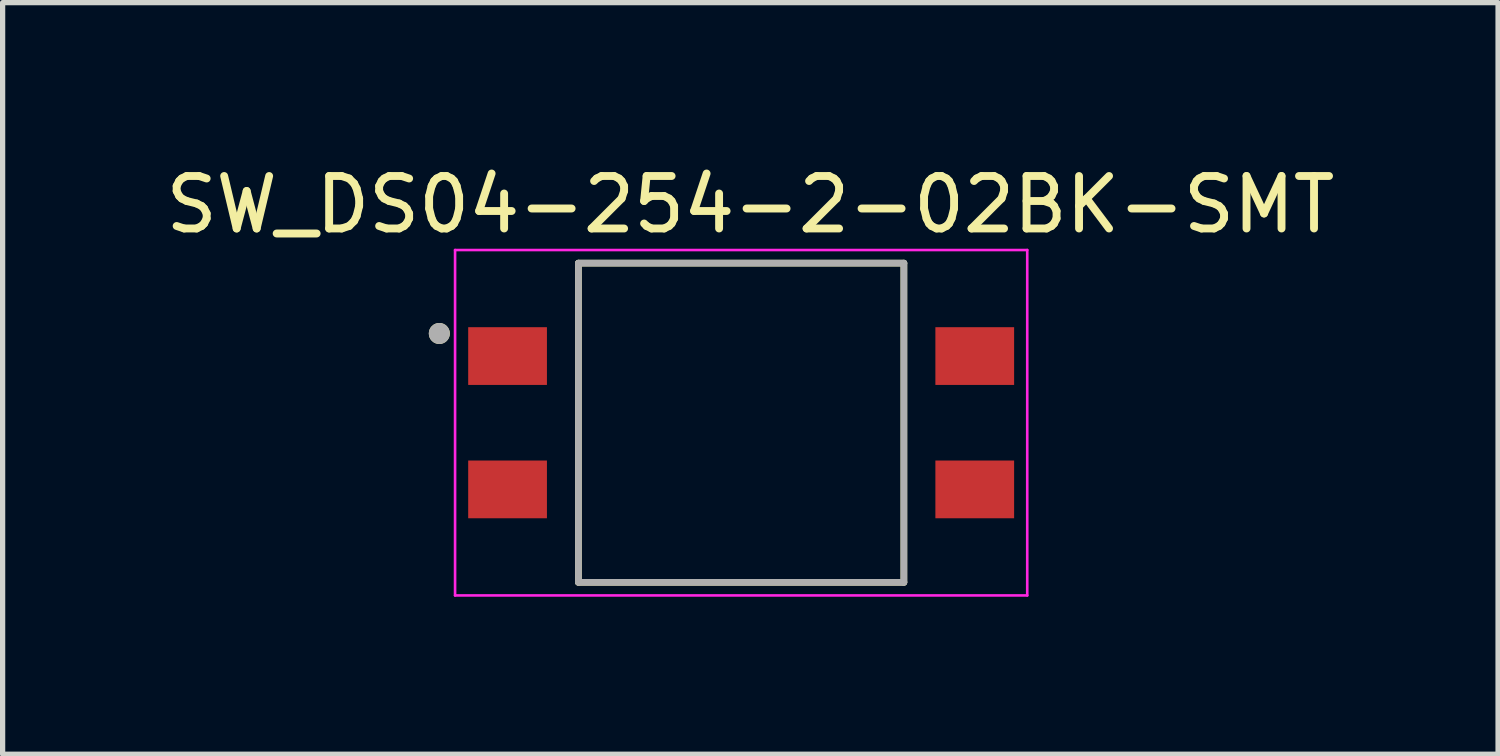
<source format=kicad_pcb>
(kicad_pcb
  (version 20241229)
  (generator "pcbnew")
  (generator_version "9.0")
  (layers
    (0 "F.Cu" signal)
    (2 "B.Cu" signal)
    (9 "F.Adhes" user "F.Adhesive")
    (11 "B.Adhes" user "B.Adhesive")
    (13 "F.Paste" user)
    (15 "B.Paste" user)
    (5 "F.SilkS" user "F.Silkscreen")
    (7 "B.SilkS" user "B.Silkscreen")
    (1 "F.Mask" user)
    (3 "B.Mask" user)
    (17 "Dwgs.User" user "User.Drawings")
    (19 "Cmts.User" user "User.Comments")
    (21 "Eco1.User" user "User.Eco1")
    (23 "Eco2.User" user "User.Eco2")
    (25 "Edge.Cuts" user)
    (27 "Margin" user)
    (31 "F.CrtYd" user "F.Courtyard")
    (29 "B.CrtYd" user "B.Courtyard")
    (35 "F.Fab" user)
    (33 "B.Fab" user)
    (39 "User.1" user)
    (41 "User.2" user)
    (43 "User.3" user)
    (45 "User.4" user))
  (footprint "SW_DS04-254-2-02BK-SMT"
    (layer "F.Cu")
    (at 11.069 5.003)
    (property "Reference" "SW_DS04-254-2-02BK-SMT" (at 0.175 -4.155 0) (layer "F.SilkS") (effects (font (size 1 1) (thickness 0.15))))
    (attr smd)
    (fp_line (start -3.1 -3.04) (end 3.1 -3.04) (stroke (width 0.127) (type solid)) (layer "F.SilkS"))
    (fp_line (start -3.1 3.04) (end -3.1 -3.04) (stroke (width 0.127) (type solid)) (layer "F.SilkS"))
    (fp_line (start 3.1 -3.04) (end 3.1 3.04) (stroke (width 0.127) (type solid)) (layer "F.SilkS"))
    (fp_line (start 3.1 3.04) (end -3.1 3.04) (stroke (width 0.127) (type solid)) (layer "F.SilkS"))
    (fp_circle (center -5.75 -1.7) (end -5.65 -1.7) (stroke (width 0.2) (type solid)) (fill no) (layer "F.SilkS"))
    (fp_line (start -5.45 -3.29) (end -5.45 3.29) (stroke (width 0.05) (type solid)) (layer "F.CrtYd"))
    (fp_line (start -5.45 3.29) (end 5.45 3.29) (stroke (width 0.05) (type solid)) (layer "F.CrtYd"))
    (fp_line (start 5.45 -3.29) (end -5.45 -3.29) (stroke (width 0.05) (type solid)) (layer "F.CrtYd"))
    (fp_line (start 5.45 3.29) (end 5.45 -3.29) (stroke (width 0.05) (type solid)) (layer "F.CrtYd"))
    (fp_line (start -3.1 -3.04) (end 3.1 -3.04) (stroke (width 0.127) (type solid)) (layer "F.Fab"))
    (fp_line (start -3.1 3.04) (end -3.1 -3.04) (stroke (width 0.127) (type solid)) (layer "F.Fab"))
    (fp_line (start 3.1 -3.04) (end 3.1 3.04) (stroke (width 0.127) (type solid)) (layer "F.Fab"))
    (fp_line (start 3.1 3.04) (end -3.1 3.04) (stroke (width 0.127) (type solid)) (layer "F.Fab"))
    (fp_circle (center -5.75 -1.7) (end -5.65 -1.7) (stroke (width 0.2) (type solid)) (fill no) (layer "F.Fab"))
    (pad "1A" smd rect (at -4.45 -1.27) (size 1.5 1.1) (layers "F.Cu" "F.Mask" "F.Paste"))
    (pad "1B" smd rect (at 4.45 -1.27) (size 1.5 1.1) (layers "F.Cu" "F.Mask" "F.Paste"))
    (pad "2A" smd rect (at -4.45 1.27) (size 1.5 1.1) (layers "F.Cu" "F.Mask" "F.Paste"))
    (pad "2B" smd rect (at 4.45 1.27) (size 1.5 1.1) (layers "F.Cu" "F.Mask" "F.Paste")))
  (gr_rect
    (start -3 -3)
    (end 25.488 11.318)
    (stroke (width 0.1) (type default))
    (fill no)
    (layer "Edge.Cuts")))
</source>
